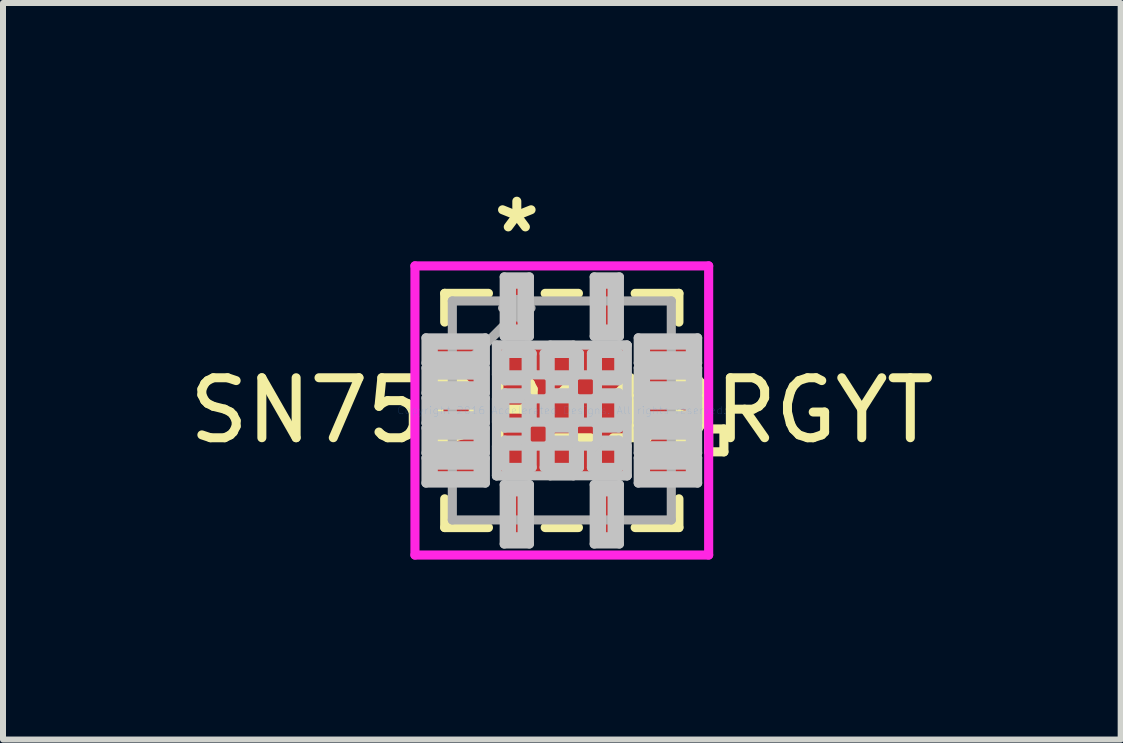
<source format=kicad_pcb>
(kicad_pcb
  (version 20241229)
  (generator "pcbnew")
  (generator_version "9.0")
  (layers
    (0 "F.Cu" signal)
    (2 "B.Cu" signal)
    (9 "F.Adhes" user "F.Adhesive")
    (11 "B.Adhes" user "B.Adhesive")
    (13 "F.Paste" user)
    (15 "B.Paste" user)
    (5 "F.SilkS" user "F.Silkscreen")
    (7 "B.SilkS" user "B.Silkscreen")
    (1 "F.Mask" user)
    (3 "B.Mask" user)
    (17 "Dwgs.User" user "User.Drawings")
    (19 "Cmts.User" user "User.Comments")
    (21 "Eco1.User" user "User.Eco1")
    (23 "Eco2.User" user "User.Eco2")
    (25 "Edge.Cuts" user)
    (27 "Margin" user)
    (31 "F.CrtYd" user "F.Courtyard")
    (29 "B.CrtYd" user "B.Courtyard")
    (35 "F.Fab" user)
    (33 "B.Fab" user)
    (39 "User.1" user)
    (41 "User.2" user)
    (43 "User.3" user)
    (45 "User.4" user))
  (footprint "SN75DP119RGYT"
    (layer "F.Cu")
    (at 6.315 3.792)
    (property "Reference" "SN75DP119RGYT" (at 0 0 0) (layer "F.SilkS") (effects (font (size 1 1) (thickness 0.15))))
    (attr through_hole)
    (fp_line (start -1.952 -1.952) (end -1.952 -1.473) (stroke (width 0.152) (type solid)) (layer "F.SilkS"))
    (fp_line (start -1.952 1.473) (end -1.952 1.952) (stroke (width 0.152) (type solid)) (layer "F.SilkS"))
    (fp_line (start -1.952 1.952) (end -1.223 1.952) (stroke (width 0.152) (type solid)) (layer "F.SilkS"))
    (fp_line (start -1.223 -1.952) (end -1.952 -1.952) (stroke (width 0.152) (type solid)) (layer "F.SilkS"))
    (fp_line (start -0.277 1.952) (end 0.277 1.952) (stroke (width 0.152) (type solid)) (layer "F.SilkS"))
    (fp_line (start 0.277 -1.952) (end -0.277 -1.952) (stroke (width 0.152) (type solid)) (layer "F.SilkS"))
    (fp_line (start 1.223 1.952) (end 1.952 1.952) (stroke (width 0.152) (type solid)) (layer "F.SilkS"))
    (fp_line (start 1.952 -1.952) (end 1.223 -1.952) (stroke (width 0.152) (type solid)) (layer "F.SilkS"))
    (fp_line (start 1.952 -1.473) (end 1.952 -1.952) (stroke (width 0.152) (type solid)) (layer "F.SilkS"))
    (fp_line (start 1.952 1.952) (end 1.952 1.473) (stroke (width 0.152) (type solid)) (layer "F.SilkS"))
    (fp_line (start 2.448 0.309) (end 2.702 0.309) (stroke (width 0.152) (type solid)) (layer "F.SilkS"))
    (fp_line (start 2.448 0.69) (end 2.448 0.309) (stroke (width 0.152) (type solid)) (layer "F.SilkS"))
    (fp_line (start 2.702 0.309) (end 2.702 0.69) (stroke (width 0.152) (type solid)) (layer "F.SilkS"))
    (fp_line (start 2.702 0.69) (end 2.448 0.69) (stroke (width 0.152) (type solid)) (layer "F.SilkS"))
    (fp_line (start -2.264 -1.21) (end -2.264 -0.79) (stroke (width 0.152) (type solid)) (layer "Dwgs.User"))
    (fp_line (start -2.264 -0.79) (end -1.274 -0.79) (stroke (width 0.152) (type solid)) (layer "Dwgs.User"))
    (fp_line (start -2.264 -0.71) (end -2.264 -0.29) (stroke (width 0.152) (type solid)) (layer "Dwgs.User"))
    (fp_line (start -2.264 -0.29) (end -1.274 -0.29) (stroke (width 0.152) (type solid)) (layer "Dwgs.User"))
    (fp_line (start -2.264 -0.21) (end -2.264 0.21) (stroke (width 0.152) (type solid)) (layer "Dwgs.User"))
    (fp_line (start -2.264 0.21) (end -1.274 0.21) (stroke (width 0.152) (type solid)) (layer "Dwgs.User"))
    (fp_line (start -2.264 0.29) (end -2.264 0.71) (stroke (width 0.152) (type solid)) (layer "Dwgs.User"))
    (fp_line (start -2.264 0.71) (end -1.274 0.71) (stroke (width 0.152) (type solid)) (layer "Dwgs.User"))
    (fp_line (start -2.264 0.79) (end -2.264 1.21) (stroke (width 0.152) (type solid)) (layer "Dwgs.User"))
    (fp_line (start -2.264 1.21) (end -1.274 1.21) (stroke (width 0.152) (type solid)) (layer "Dwgs.User"))
    (fp_line (start -2.143 -1.089) (end -2.143 -0.911) (stroke (width 0.152) (type solid)) (layer "Dwgs.User"))
    (fp_line (start -2.143 -0.911) (end -1.395 -0.911) (stroke (width 0.152) (type solid)) (layer "Dwgs.User"))
    (fp_line (start -2.143 -0.589) (end -2.143 -0.411) (stroke (width 0.152) (type solid)) (layer "Dwgs.User"))
    (fp_line (start -2.143 -0.411) (end -1.395 -0.411) (stroke (width 0.152) (type solid)) (layer "Dwgs.User"))
    (fp_line (start -2.143 -0.089) (end -2.143 0.089) (stroke (width 0.152) (type solid)) (layer "Dwgs.User"))
    (fp_line (start -2.143 0.089) (end -1.395 0.089) (stroke (width 0.152) (type solid)) (layer "Dwgs.User"))
    (fp_line (start -2.143 0.411) (end -2.143 0.589) (stroke (width 0.152) (type solid)) (layer "Dwgs.User"))
    (fp_line (start -2.143 0.589) (end -1.395 0.589) (stroke (width 0.152) (type solid)) (layer "Dwgs.User"))
    (fp_line (start -2.143 0.911) (end -2.143 1.089) (stroke (width 0.152) (type solid)) (layer "Dwgs.User"))
    (fp_line (start -2.143 1.089) (end -1.395 1.089) (stroke (width 0.152) (type solid)) (layer "Dwgs.User"))
    (fp_line (start -1.395 -1.089) (end -2.143 -1.089) (stroke (width 0.152) (type solid)) (layer "Dwgs.User"))
    (fp_line (start -1.395 -0.911) (end -1.395 -1.089) (stroke (width 0.152) (type solid)) (layer "Dwgs.User"))
    (fp_line (start -1.395 -0.589) (end -2.143 -0.589) (stroke (width 0.152) (type solid)) (layer "Dwgs.User"))
    (fp_line (start -1.395 -0.411) (end -1.395 -0.589) (stroke (width 0.152) (type solid)) (layer "Dwgs.User"))
    (fp_line (start -1.395 -0.089) (end -2.143 -0.089) (stroke (width 0.152) (type solid)) (layer "Dwgs.User"))
    (fp_line (start -1.395 0.089) (end -1.395 -0.089) (stroke (width 0.152) (type solid)) (layer "Dwgs.User"))
    (fp_line (start -1.395 0.411) (end -2.143 0.411) (stroke (width 0.152) (type solid)) (layer "Dwgs.User"))
    (fp_line (start -1.395 0.589) (end -1.395 0.411) (stroke (width 0.152) (type solid)) (layer "Dwgs.User"))
    (fp_line (start -1.395 0.911) (end -2.143 0.911) (stroke (width 0.152) (type solid)) (layer "Dwgs.User"))
    (fp_line (start -1.395 1.089) (end -1.395 0.911) (stroke (width 0.152) (type solid)) (layer "Dwgs.User"))
    (fp_line (start -1.274 -1.21) (end -2.264 -1.21) (stroke (width 0.152) (type solid)) (layer "Dwgs.User"))
    (fp_line (start -1.274 -0.79) (end -1.274 -1.21) (stroke (width 0.152) (type solid)) (layer "Dwgs.User"))
    (fp_line (start -1.274 -0.71) (end -2.264 -0.71) (stroke (width 0.152) (type solid)) (layer "Dwgs.User"))
    (fp_line (start -1.274 -0.29) (end -1.274 -0.71) (stroke (width 0.152) (type solid)) (layer "Dwgs.User"))
    (fp_line (start -1.274 -0.21) (end -2.264 -0.21) (stroke (width 0.152) (type solid)) (layer "Dwgs.User"))
    (fp_line (start -1.274 0.21) (end -1.274 -0.21) (stroke (width 0.152) (type solid)) (layer "Dwgs.User"))
    (fp_line (start -1.274 0.29) (end -2.264 0.29) (stroke (width 0.152) (type solid)) (layer "Dwgs.User"))
    (fp_line (start -1.274 0.71) (end -1.274 0.29) (stroke (width 0.152) (type solid)) (layer "Dwgs.User"))
    (fp_line (start -1.274 0.79) (end -2.264 0.79) (stroke (width 0.152) (type solid)) (layer "Dwgs.User"))
    (fp_line (start -1.274 1.21) (end -1.274 0.79) (stroke (width 0.152) (type solid)) (layer "Dwgs.User"))
    (fp_line (start -1.089 -1.089) (end -0.594 -1.089) (stroke (width 0.152) (type solid)) (layer "Dwgs.User"))
    (fp_line (start -1.089 -1.089) (end 1.089 -1.089) (stroke (width 0.152) (type solid)) (layer "Dwgs.User"))
    (fp_line (start -1.089 -0.594) (end -1.089 -1.089) (stroke (width 0.152) (type solid)) (layer "Dwgs.User"))
    (fp_line (start -1.089 -0.194) (end 1.089 -0.194) (stroke (width 0.152) (type solid)) (layer "Dwgs.User"))
    (fp_line (start -1.089 0.194) (end -1.089 -0.194) (stroke (width 0.152) (type solid)) (layer "Dwgs.User"))
    (fp_line (start -1.089 0.594) (end 1.089 0.594) (stroke (width 0.152) (type solid)) (layer "Dwgs.User"))
    (fp_line (start -1.089 1.089) (end -1.089 -1.089) (stroke (width 0.152) (type solid)) (layer "Dwgs.User"))
    (fp_line (start -1.089 1.089) (end -1.089 0.594) (stroke (width 0.152) (type solid)) (layer "Dwgs.User"))
    (fp_line (start -0.96 -2.226) (end -0.96 -1.236) (stroke (width 0.152) (type solid)) (layer "Dwgs.User"))
    (fp_line (start -0.96 -1.236) (end -0.54 -1.236) (stroke (width 0.152) (type solid)) (layer "Dwgs.User"))
    (fp_line (start -0.96 1.236) (end -0.96 2.226) (stroke (width 0.152) (type solid)) (layer "Dwgs.User"))
    (fp_line (start -0.96 2.226) (end -0.54 2.226) (stroke (width 0.152) (type solid)) (layer "Dwgs.User"))
    (fp_line (start -0.95 -0.95) (end -0.95 -0.494) (stroke (width 0.152) (type solid)) (layer "Dwgs.User"))
    (fp_line (start -0.95 -0.494) (end -0.635 -0.494) (stroke (width 0.152) (type solid)) (layer "Dwgs.User"))
    (fp_line (start -0.95 -0.294) (end -0.95 0.294) (stroke (width 0.152) (type solid)) (layer "Dwgs.User"))
    (fp_line (start -0.95 0.294) (end -0.635 0.294) (stroke (width 0.152) (type solid)) (layer "Dwgs.User"))
    (fp_line (start -0.95 0.494) (end -0.95 0.95) (stroke (width 0.152) (type solid)) (layer "Dwgs.User"))
    (fp_line (start -0.95 0.95) (end -0.494 0.95) (stroke (width 0.152) (type solid)) (layer "Dwgs.User"))
    (fp_line (start -0.839 -2.105) (end -0.839 -1.357) (stroke (width 0.152) (type solid)) (layer "Dwgs.User"))
    (fp_line (start -0.839 -1.357) (end -0.661 -1.357) (stroke (width 0.152) (type solid)) (layer "Dwgs.User"))
    (fp_line (start -0.839 1.357) (end -0.839 2.105) (stroke (width 0.152) (type solid)) (layer "Dwgs.User"))
    (fp_line (start -0.839 2.105) (end -0.661 2.105) (stroke (width 0.152) (type solid)) (layer "Dwgs.User"))
    (fp_line (start -0.661 -2.105) (end -0.839 -2.105) (stroke (width 0.152) (type solid)) (layer "Dwgs.User"))
    (fp_line (start -0.661 -1.357) (end -0.661 -2.105) (stroke (width 0.152) (type solid)) (layer "Dwgs.User"))
    (fp_line (start -0.661 1.357) (end -0.839 1.357) (stroke (width 0.152) (type solid)) (layer "Dwgs.User"))
    (fp_line (start -0.661 2.105) (end -0.661 1.357) (stroke (width 0.152) (type solid)) (layer "Dwgs.User"))
    (fp_line (start -0.635 -0.494) (end -0.635 -0.494) (stroke (width 0.152) (type solid)) (layer "Dwgs.User"))
    (fp_line (start -0.635 -0.494) (end -0.494 -0.635) (stroke (width 0.152) (type solid)) (layer "Dwgs.User"))
    (fp_line (start -0.635 -0.294) (end -0.95 -0.294) (stroke (width 0.152) (type solid)) (layer "Dwgs.User"))
    (fp_line (start -0.635 -0.294) (end -0.635 -0.294) (stroke (width 0.152) (type solid)) (layer "Dwgs.User"))
    (fp_line (start -0.635 0.294) (end -0.635 0.294) (stroke (width 0.152) (type solid)) (layer "Dwgs.User"))
    (fp_line (start -0.635 0.294) (end -0.494 0.152) (stroke (width 0.152) (type solid)) (layer "Dwgs.User"))
    (fp_line (start -0.635 0.494) (end -0.95 0.494) (stroke (width 0.152) (type solid)) (layer "Dwgs.User"))
    (fp_line (start -0.635 0.494) (end -0.635 0.494) (stroke (width 0.152) (type solid)) (layer "Dwgs.User"))
    (fp_line (start -0.594 -1.089) (end -0.594 1.089) (stroke (width 0.152) (type solid)) (layer "Dwgs.User"))
    (fp_line (start -0.594 1.089) (end -1.089 1.089) (stroke (width 0.152) (type solid)) (layer "Dwgs.User"))
    (fp_line (start -0.54 -2.226) (end -0.96 -2.226) (stroke (width 0.152) (type solid)) (layer "Dwgs.User"))
    (fp_line (start -0.54 -1.236) (end -0.54 -2.226) (stroke (width 0.152) (type solid)) (layer "Dwgs.User"))
    (fp_line (start -0.54 1.236) (end -0.96 1.236) (stroke (width 0.152) (type solid)) (layer "Dwgs.User"))
    (fp_line (start -0.54 2.226) (end -0.54 1.236) (stroke (width 0.152) (type solid)) (layer "Dwgs.User"))
    (fp_line (start -0.494 -0.95) (end -0.95 -0.95) (stroke (width 0.152) (type solid)) (layer "Dwgs.User"))
    (fp_line (start -0.494 -0.635) (end -0.494 -0.95) (stroke (width 0.152) (type solid)) (layer "Dwgs.User"))
    (fp_line (start -0.494 -0.635) (end -0.494 -0.635) (stroke (width 0.152) (type solid)) (layer "Dwgs.User"))
    (fp_line (start -0.494 -0.152) (end -0.635 -0.294) (stroke (width 0.152) (type solid)) (layer "Dwgs.User"))
    (fp_line (start -0.494 -0.152) (end -0.494 -0.152) (stroke (width 0.152) (type solid)) (layer "Dwgs.User"))
    (fp_line (start -0.494 0.152) (end -0.494 -0.152) (stroke (width 0.152) (type solid)) (layer "Dwgs.User"))
    (fp_line (start -0.494 0.152) (end -0.494 0.152) (stroke (width 0.152) (type solid)) (layer "Dwgs.User"))
    (fp_line (start -0.494 0.635) (end -0.635 0.494) (stroke (width 0.152) (type solid)) (layer "Dwgs.User"))
    (fp_line (start -0.494 0.635) (end -0.494 0.635) (stroke (width 0.152) (type solid)) (layer "Dwgs.User"))
    (fp_line (start -0.494 0.95) (end -0.494 0.635) (stroke (width 0.152) (type solid)) (layer "Dwgs.User"))
    (fp_line (start -0.294 -0.95) (end -0.294 -0.635) (stroke (width 0.152) (type solid)) (layer "Dwgs.User"))
    (fp_line (start -0.294 -0.635) (end -0.294 -0.635) (stroke (width 0.152) (type solid)) (layer "Dwgs.User"))
    (fp_line (start -0.294 -0.635) (end -0.152 -0.494) (stroke (width 0.152) (type solid)) (layer "Dwgs.User"))
    (fp_line (start -0.294 -0.152) (end -0.294 -0.152) (stroke (width 0.152) (type solid)) (layer "Dwgs.User"))
    (fp_line (start -0.294 -0.152) (end -0.294 0.152) (stroke (width 0.152) (type solid)) (layer "Dwgs.User"))
    (fp_line (start -0.294 0.152) (end -0.294 0.152) (stroke (width 0.152) (type solid)) (layer "Dwgs.User"))
    (fp_line (start -0.294 0.152) (end -0.152 0.294) (stroke (width 0.152) (type solid)) (layer "Dwgs.User"))
    (fp_line (start -0.294 0.635) (end -0.294 0.635) (stroke (width 0.152) (type solid)) (layer "Dwgs.User"))
    (fp_line (start -0.294 0.635) (end -0.294 0.95) (stroke (width 0.152) (type solid)) (layer "Dwgs.User"))
    (fp_line (start -0.294 0.95) (end 0.294 0.95) (stroke (width 0.152) (type solid)) (layer "Dwgs.User"))
    (fp_line (start -0.194 -1.089) (end -0.194 1.089) (stroke (width 0.152) (type solid)) (layer "Dwgs.User"))
    (fp_line (start -0.194 1.089) (end 0.194 1.089) (stroke (width 0.152) (type solid)) (layer "Dwgs.User"))
    (fp_line (start -0.152 -0.494) (end -0.152 -0.494) (stroke (width 0.152) (type solid)) (layer "Dwgs.User"))
    (fp_line (start -0.152 -0.494) (end 0.152 -0.494) (stroke (width 0.152) (type solid)) (layer "Dwgs.User"))
    (fp_line (start -0.152 -0.294) (end -0.294 -0.152) (stroke (width 0.152) (type solid)) (layer "Dwgs.User"))
    (fp_line (start -0.152 -0.294) (end -0.152 -0.294) (stroke (width 0.152) (type solid)) (layer "Dwgs.User"))
    (fp_line (start -0.152 0.294) (end -0.152 0.294) (stroke (width 0.152) (type solid)) (layer "Dwgs.User"))
    (fp_line (start -0.152 0.294) (end 0.152 0.294) (stroke (width 0.152) (type solid)) (layer "Dwgs.User"))
    (fp_line (start -0.152 0.494) (end -0.294 0.635) (stroke (width 0.152) (type solid)) (layer "Dwgs.User"))
    (fp_line (start -0.152 0.494) (end -0.152 0.494) (stroke (width 0.152) (type solid)) (layer "Dwgs.User"))
    (fp_line (start 0 -1.025) (end 0 -1.025) (stroke (width 0.152) (type solid)) (layer "Dwgs.User"))
    (fp_line (start 0 -1.025) (end 0 -1.025) (stroke (width 0.152) (type solid)) (layer "Dwgs.User"))
    (fp_line (start 0 -1.025) (end 0 -1.025) (stroke (width 0.152) (type solid)) (layer "Dwgs.User"))
    (fp_line (start 0 -1.025) (end 0 -1.025) (stroke (width 0.152) (type solid)) (layer "Dwgs.User"))
    (fp_line (start 0 -1.025) (end 0 -1.025) (stroke (width 0.152) (type solid)) (layer "Dwgs.User"))
    (fp_line (start 0 -1.025) (end 0 -1.025) (stroke (width 0.152) (type solid)) (layer "Dwgs.User"))
    (fp_line (start 0 -1.025) (end 0 -1.025) (stroke (width 0.152) (type solid)) (layer "Dwgs.User"))
    (fp_line (start 0 -1.025) (end 0 -1.025) (stroke (width 0.152) (type solid)) (layer "Dwgs.User"))
    (fp_line (start 0 -1.025) (end 0 -1.025) (stroke (width 0.152) (type solid)) (layer "Dwgs.User"))
    (fp_line (start 0 -1.025) (end 0 -1.025) (stroke (width 0.152) (type solid)) (layer "Dwgs.User"))
    (fp_line (start 0 -1.025) (end 0 -1.025) (stroke (width 0.152) (type solid)) (layer "Dwgs.User"))
    (fp_line (start 0 -1.025) (end 0 -1.025) (stroke (width 0.152) (type solid)) (layer "Dwgs.User"))
    (fp_line (start 0 -1.025) (end 0 -1.025) (stroke (width 0.152) (type solid)) (layer "Dwgs.User"))
    (fp_line (start 0 -1.025) (end 0 -1.025) (stroke (width 0.152) (type solid)) (layer "Dwgs.User"))
    (fp_line (start 0 -1.025) (end 0 -1.025) (stroke (width 0.152) (type solid)) (layer "Dwgs.User"))
    (fp_line (start 0 -1.025) (end 0 -1.025) (stroke (width 0.152) (type solid)) (layer "Dwgs.User"))
    (fp_line (start 0 -1.025) (end 0 -1.025) (stroke (width 0.152) (type solid)) (layer "Dwgs.User"))
    (fp_line (start 0 -1.025) (end 0 -1.025) (stroke (width 0.152) (type solid)) (layer "Dwgs.User"))
    (fp_line (start 0 -1.025) (end 0 -1.025) (stroke (width 0.152) (type solid)) (layer "Dwgs.User"))
    (fp_line (start 0 -1.025) (end 0 -1.025) (stroke (width 0.152) (type solid)) (layer "Dwgs.User"))
    (fp_line (start 0 -1.025) (end 0 -1.025) (stroke (width 0.152) (type solid)) (layer "Dwgs.User"))
    (fp_line (start 0 -1.025) (end 0 -1.025) (stroke (width 0.152) (type solid)) (layer "Dwgs.User"))
    (fp_line (start 0 -1.025) (end 0 -1.025) (stroke (width 0.152) (type solid)) (layer "Dwgs.User"))
    (fp_line (start 0 -1.025) (end 0 -1.025) (stroke (width 0.152) (type solid)) (layer "Dwgs.User"))
    (fp_line (start 0 1.025) (end 0 1.025) (stroke (width 0.152) (type solid)) (layer "Dwgs.User"))
    (fp_line (start 0 1.025) (end 0 1.025) (stroke (width 0.152) (type solid)) (layer "Dwgs.User"))
    (fp_line (start 0 1.025) (end 0 1.025) (stroke (width 0.152) (type solid)) (layer "Dwgs.User"))
    (fp_line (start 0 1.025) (end 0 1.025) (stroke (width 0.152) (type solid)) (layer "Dwgs.User"))
    (fp_line (start 0 1.025) (end 0 1.025) (stroke (width 0.152) (type solid)) (layer "Dwgs.User"))
    (fp_line (start 0 1.025) (end 0 1.025) (stroke (width 0.152) (type solid)) (layer "Dwgs.User"))
    (fp_line (start 0 1.025) (end 0 1.025) (stroke (width 0.152) (type solid)) (layer "Dwgs.User"))
    (fp_line (start 0 1.025) (end 0 1.025) (stroke (width 0.152) (type solid)) (layer "Dwgs.User"))
    (fp_line (start 0 1.025) (end 0 1.025) (stroke (width 0.152) (type solid)) (layer "Dwgs.User"))
    (fp_line (start 0 1.025) (end 0 1.025) (stroke (width 0.152) (type solid)) (layer "Dwgs.User"))
    (fp_line (start 0 1.025) (end 0 1.025) (stroke (width 0.152) (type solid)) (layer "Dwgs.User"))
    (fp_line (start 0 1.025) (end 0 1.025) (stroke (width 0.152) (type solid)) (layer "Dwgs.User"))
    (fp_line (start 0 1.025) (end 0 1.025) (stroke (width 0.152) (type solid)) (layer "Dwgs.User"))
    (fp_line (start 0 1.025) (end 0 1.025) (stroke (width 0.152) (type solid)) (layer "Dwgs.User"))
    (fp_line (start 0 1.025) (end 0 1.025) (stroke (width 0.152) (type solid)) (layer "Dwgs.User"))
    (fp_line (start 0 1.025) (end 0 1.025) (stroke (width 0.152) (type solid)) (layer "Dwgs.User"))
    (fp_line (start 0 1.025) (end 0 1.025) (stroke (width 0.152) (type solid)) (layer "Dwgs.User"))
    (fp_line (start 0 1.025) (end 0 1.025) (stroke (width 0.152) (type solid)) (layer "Dwgs.User"))
    (fp_line (start 0 1.025) (end 0 1.025) (stroke (width 0.152) (type solid)) (layer "Dwgs.User"))
    (fp_line (start 0 1.025) (end 0 1.025) (stroke (width 0.152) (type solid)) (layer "Dwgs.User"))
    (fp_line (start 0 1.025) (end 0 1.025) (stroke (width 0.152) (type solid)) (layer "Dwgs.User"))
    (fp_line (start 0 1.025) (end 0 1.025) (stroke (width 0.152) (type solid)) (layer "Dwgs.User"))
    (fp_line (start 0 1.025) (end 0 1.025) (stroke (width 0.152) (type solid)) (layer "Dwgs.User"))
    (fp_line (start 0 1.025) (end 0 1.025) (stroke (width 0.152) (type solid)) (layer "Dwgs.User"))
    (fp_line (start 0.152 -0.494) (end 0.152 -0.494) (stroke (width 0.152) (type solid)) (layer "Dwgs.User"))
    (fp_line (start 0.152 -0.494) (end 0.294 -0.635) (stroke (width 0.152) (type solid)) (layer "Dwgs.User"))
    (fp_line (start 0.152 -0.294) (end -0.152 -0.294) (stroke (width 0.152) (type solid)) (layer "Dwgs.User"))
    (fp_line (start 0.152 -0.294) (end 0.152 -0.294) (stroke (width 0.152) (type solid)) (layer "Dwgs.User"))
    (fp_line (start 0.152 0.294) (end 0.152 0.294) (stroke (width 0.152) (type solid)) (layer "Dwgs.User"))
    (fp_line (start 0.152 0.294) (end 0.294 0.152) (stroke (width 0.152) (type solid)) (layer "Dwgs.User"))
    (fp_line (start 0.152 0.494) (end -0.152 0.494) (stroke (width 0.152) (type solid)) (layer "Dwgs.User"))
    (fp_line (start 0.152 0.494) (end 0.152 0.494) (stroke (width 0.152) (type solid)) (layer "Dwgs.User"))
    (fp_line (start 0.194 -1.089) (end -0.194 -1.089) (stroke (width 0.152) (type solid)) (layer "Dwgs.User"))
    (fp_line (start 0.194 1.089) (end 0.194 -1.089) (stroke (width 0.152) (type solid)) (layer "Dwgs.User"))
    (fp_line (start 0.294 -0.95) (end -0.294 -0.95) (stroke (width 0.152) (type solid)) (layer "Dwgs.User"))
    (fp_line (start 0.294 -0.635) (end 0.294 -0.95) (stroke (width 0.152) (type solid)) (layer "Dwgs.User"))
    (fp_line (start 0.294 -0.635) (end 0.294 -0.635) (stroke (width 0.152) (type solid)) (layer "Dwgs.User"))
    (fp_line (start 0.294 -0.152) (end 0.152 -0.294) (stroke (width 0.152) (type solid)) (layer "Dwgs.User"))
    (fp_line (start 0.294 -0.152) (end 0.294 -0.152) (stroke (width 0.152) (type solid)) (layer "Dwgs.User"))
    (fp_line (start 0.294 0.152) (end 0.294 -0.152) (stroke (width 0.152) (type solid)) (layer "Dwgs.User"))
    (fp_line (start 0.294 0.152) (end 0.294 0.152) (stroke (width 0.152) (type solid)) (layer "Dwgs.User"))
    (fp_line (start 0.294 0.635) (end 0.152 0.494) (stroke (width 0.152) (type solid)) (layer "Dwgs.User"))
    (fp_line (start 0.294 0.635) (end 0.294 0.635) (stroke (width 0.152) (type solid)) (layer "Dwgs.User"))
    (fp_line (start 0.294 0.95) (end 0.294 0.635) (stroke (width 0.152) (type solid)) (layer "Dwgs.User"))
    (fp_line (start 0.494 -0.95) (end 0.494 -0.635) (stroke (width 0.152) (type solid)) (layer "Dwgs.User"))
    (fp_line (start 0.494 -0.635) (end 0.494 -0.635) (stroke (width 0.152) (type solid)) (layer "Dwgs.User"))
    (fp_line (start 0.494 -0.635) (end 0.635 -0.494) (stroke (width 0.152) (type solid)) (layer "Dwgs.User"))
    (fp_line (start 0.494 -0.152) (end 0.494 -0.152) (stroke (width 0.152) (type solid)) (layer "Dwgs.User"))
    (fp_line (start 0.494 -0.152) (end 0.494 0.152) (stroke (width 0.152) (type solid)) (layer "Dwgs.User"))
    (fp_line (start 0.494 0.152) (end 0.494 0.152) (stroke (width 0.152) (type solid)) (layer "Dwgs.User"))
    (fp_line (start 0.494 0.152) (end 0.635 0.294) (stroke (width 0.152) (type solid)) (layer "Dwgs.User"))
    (fp_line (start 0.494 0.635) (end 0.494 0.635) (stroke (width 0.152) (type solid)) (layer "Dwgs.User"))
    (fp_line (start 0.494 0.635) (end 0.494 0.95) (stroke (width 0.152) (type solid)) (layer "Dwgs.User"))
    (fp_line (start 0.494 0.95) (end 0.95 0.95) (stroke (width 0.152) (type solid)) (layer "Dwgs.User"))
    (fp_line (start 0.54 -2.226) (end 0.54 -1.236) (stroke (width 0.152) (type solid)) (layer "Dwgs.User"))
    (fp_line (start 0.54 -1.236) (end 0.96 -1.236) (stroke (width 0.152) (type solid)) (layer "Dwgs.User"))
    (fp_line (start 0.54 1.236) (end 0.54 2.226) (stroke (width 0.152) (type solid)) (layer "Dwgs.User"))
    (fp_line (start 0.54 2.226) (end 0.96 2.226) (stroke (width 0.152) (type solid)) (layer "Dwgs.User"))
    (fp_line (start 0.594 -1.089) (end 1.089 -1.089) (stroke (width 0.152) (type solid)) (layer "Dwgs.User"))
    (fp_line (start 0.594 1.089) (end 0.594 -1.089) (stroke (width 0.152) (type solid)) (layer "Dwgs.User"))
    (fp_line (start 0.635 -0.494) (end 0.635 -0.494) (stroke (width 0.152) (type solid)) (layer "Dwgs.User"))
    (fp_line (start 0.635 -0.494) (end 0.95 -0.494) (stroke (width 0.152) (type solid)) (layer "Dwgs.User"))
    (fp_line (start 0.635 -0.294) (end 0.494 -0.152) (stroke (width 0.152) (type solid)) (layer "Dwgs.User"))
    (fp_line (start 0.635 -0.294) (end 0.635 -0.294) (stroke (width 0.152) (type solid)) (layer "Dwgs.User"))
    (fp_line (start 0.635 0.294) (end 0.635 0.294) (stroke (width 0.152) (type solid)) (layer "Dwgs.User"))
    (fp_line (start 0.635 0.294) (end 0.95 0.294) (stroke (width 0.152) (type solid)) (layer "Dwgs.User"))
    (fp_line (start 0.635 0.494) (end 0.494 0.635) (stroke (width 0.152) (type solid)) (layer "Dwgs.User"))
    (fp_line (start 0.635 0.494) (end 0.635 0.494) (stroke (width 0.152) (type solid)) (layer "Dwgs.User"))
    (fp_line (start 0.661 -2.105) (end 0.661 -1.357) (stroke (width 0.152) (type solid)) (layer "Dwgs.User"))
    (fp_line (start 0.661 -1.357) (end 0.839 -1.357) (stroke (width 0.152) (type solid)) (layer "Dwgs.User"))
    (fp_line (start 0.661 1.357) (end 0.661 2.105) (stroke (width 0.152) (type solid)) (layer "Dwgs.User"))
    (fp_line (start 0.661 2.105) (end 0.839 2.105) (stroke (width 0.152) (type solid)) (layer "Dwgs.User"))
    (fp_line (start 0.839 -2.105) (end 0.661 -2.105) (stroke (width 0.152) (type solid)) (layer "Dwgs.User"))
    (fp_line (start 0.839 -1.357) (end 0.839 -2.105) (stroke (width 0.152) (type solid)) (layer "Dwgs.User"))
    (fp_line (start 0.839 1.357) (end 0.661 1.357) (stroke (width 0.152) (type solid)) (layer "Dwgs.User"))
    (fp_line (start 0.839 2.105) (end 0.839 1.357) (stroke (width 0.152) (type solid)) (layer "Dwgs.User"))
    (fp_line (start 0.95 -0.95) (end 0.494 -0.95) (stroke (width 0.152) (type solid)) (layer "Dwgs.User"))
    (fp_line (start 0.95 -0.494) (end 0.95 -0.95) (stroke (width 0.152) (type solid)) (layer "Dwgs.User"))
    (fp_line (start 0.95 -0.294) (end 0.635 -0.294) (stroke (width 0.152) (type solid)) (layer "Dwgs.User"))
    (fp_line (start 0.95 0.294) (end 0.95 -0.294) (stroke (width 0.152) (type solid)) (layer "Dwgs.User"))
    (fp_line (start 0.95 0.494) (end 0.635 0.494) (stroke (width 0.152) (type solid)) (layer "Dwgs.User"))
    (fp_line (start 0.95 0.95) (end 0.95 0.494) (stroke (width 0.152) (type solid)) (layer "Dwgs.User"))
    (fp_line (start 0.96 -2.226) (end 0.54 -2.226) (stroke (width 0.152) (type solid)) (layer "Dwgs.User"))
    (fp_line (start 0.96 -1.236) (end 0.96 -2.226) (stroke (width 0.152) (type solid)) (layer "Dwgs.User"))
    (fp_line (start 0.96 1.236) (end 0.54 1.236) (stroke (width 0.152) (type solid)) (layer "Dwgs.User"))
    (fp_line (start 0.96 2.226) (end 0.96 1.236) (stroke (width 0.152) (type solid)) (layer "Dwgs.User"))
    (fp_line (start 1.089 -1.089) (end 1.089 -0.594) (stroke (width 0.152) (type solid)) (layer "Dwgs.User"))
    (fp_line (start 1.089 -1.089) (end 1.089 1.089) (stroke (width 0.152) (type solid)) (layer "Dwgs.User"))
    (fp_line (start 1.089 -0.594) (end -1.089 -0.594) (stroke (width 0.152) (type solid)) (layer "Dwgs.User"))
    (fp_line (start 1.089 -0.194) (end 1.089 0.194) (stroke (width 0.152) (type solid)) (layer "Dwgs.User"))
    (fp_line (start 1.089 0.194) (end -1.089 0.194) (stroke (width 0.152) (type solid)) (layer "Dwgs.User"))
    (fp_line (start 1.089 0.594) (end 1.089 1.089) (stroke (width 0.152) (type solid)) (layer "Dwgs.User"))
    (fp_line (start 1.089 1.089) (end -1.089 1.089) (stroke (width 0.152) (type solid)) (layer "Dwgs.User"))
    (fp_line (start 1.089 1.089) (end 0.594 1.089) (stroke (width 0.152) (type solid)) (layer "Dwgs.User"))
    (fp_line (start 1.274 -1.21) (end 1.274 -0.79) (stroke (width 0.152) (type solid)) (layer "Dwgs.User"))
    (fp_line (start 1.274 -0.79) (end 2.264 -0.79) (stroke (width 0.152) (type solid)) (layer "Dwgs.User"))
    (fp_line (start 1.274 -0.71) (end 1.274 -0.29) (stroke (width 0.152) (type solid)) (layer "Dwgs.User"))
    (fp_line (start 1.274 -0.29) (end 2.264 -0.29) (stroke (width 0.152) (type solid)) (layer "Dwgs.User"))
    (fp_line (start 1.274 -0.21) (end 1.274 0.21) (stroke (width 0.152) (type solid)) (layer "Dwgs.User"))
    (fp_line (start 1.274 0.21) (end 2.264 0.21) (stroke (width 0.152) (type solid)) (layer "Dwgs.User"))
    (fp_line (start 1.274 0.29) (end 1.274 0.71) (stroke (width 0.152) (type solid)) (layer "Dwgs.User"))
    (fp_line (start 1.274 0.71) (end 2.264 0.71) (stroke (width 0.152) (type solid)) (layer "Dwgs.User"))
    (fp_line (start 1.274 0.79) (end 1.274 1.21) (stroke (width 0.152) (type solid)) (layer "Dwgs.User"))
    (fp_line (start 1.274 1.21) (end 2.264 1.21) (stroke (width 0.152) (type solid)) (layer "Dwgs.User"))
    (fp_line (start 1.395 -1.089) (end 1.395 -0.911) (stroke (width 0.152) (type solid)) (layer "Dwgs.User"))
    (fp_line (start 1.395 -0.911) (end 2.143 -0.911) (stroke (width 0.152) (type solid)) (layer "Dwgs.User"))
    (fp_line (start 1.395 -0.589) (end 1.395 -0.411) (stroke (width 0.152) (type solid)) (layer "Dwgs.User"))
    (fp_line (start 1.395 -0.411) (end 2.143 -0.411) (stroke (width 0.152) (type solid)) (layer "Dwgs.User"))
    (fp_line (start 1.395 -0.089) (end 1.395 0.089) (stroke (width 0.152) (type solid)) (layer "Dwgs.User"))
    (fp_line (start 1.395 0.089) (end 2.143 0.089) (stroke (width 0.152) (type solid)) (layer "Dwgs.User"))
    (fp_line (start 1.395 0.411) (end 1.395 0.589) (stroke (width 0.152) (type solid)) (layer "Dwgs.User"))
    (fp_line (start 1.395 0.589) (end 2.143 0.589) (stroke (width 0.152) (type solid)) (layer "Dwgs.User"))
    (fp_line (start 1.395 0.911) (end 1.395 1.089) (stroke (width 0.152) (type solid)) (layer "Dwgs.User"))
    (fp_line (start 1.395 1.089) (end 2.143 1.089) (stroke (width 0.152) (type solid)) (layer "Dwgs.User"))
    (fp_line (start 2.143 -1.089) (end 1.395 -1.089) (stroke (width 0.152) (type solid)) (layer "Dwgs.User"))
    (fp_line (start 2.143 -0.911) (end 2.143 -1.089) (stroke (width 0.152) (type solid)) (layer "Dwgs.User"))
    (fp_line (start 2.143 -0.589) (end 1.395 -0.589) (stroke (width 0.152) (type solid)) (layer "Dwgs.User"))
    (fp_line (start 2.143 -0.411) (end 2.143 -0.589) (stroke (width 0.152) (type solid)) (layer "Dwgs.User"))
    (fp_line (start 2.143 -0.089) (end 1.395 -0.089) (stroke (width 0.152) (type solid)) (layer "Dwgs.User"))
    (fp_line (start 2.143 0.089) (end 2.143 -0.089) (stroke (width 0.152) (type solid)) (layer "Dwgs.User"))
    (fp_line (start 2.143 0.411) (end 1.395 0.411) (stroke (width 0.152) (type solid)) (layer "Dwgs.User"))
    (fp_line (start 2.143 0.589) (end 2.143 0.411) (stroke (width 0.152) (type solid)) (layer "Dwgs.User"))
    (fp_line (start 2.143 0.911) (end 1.395 0.911) (stroke (width 0.152) (type solid)) (layer "Dwgs.User"))
    (fp_line (start 2.143 1.089) (end 2.143 0.911) (stroke (width 0.152) (type solid)) (layer "Dwgs.User"))
    (fp_line (start 2.264 -1.21) (end 1.274 -1.21) (stroke (width 0.152) (type solid)) (layer "Dwgs.User"))
    (fp_line (start 2.264 -0.79) (end 2.264 -1.21) (stroke (width 0.152) (type solid)) (layer "Dwgs.User"))
    (fp_line (start 2.264 -0.71) (end 1.274 -0.71) (stroke (width 0.152) (type solid)) (layer "Dwgs.User"))
    (fp_line (start 2.264 -0.29) (end 2.264 -0.71) (stroke (width 0.152) (type solid)) (layer "Dwgs.User"))
    (fp_line (start 2.264 -0.21) (end 1.274 -0.21) (stroke (width 0.152) (type solid)) (layer "Dwgs.User"))
    (fp_line (start 2.264 0.21) (end 2.264 -0.21) (stroke (width 0.152) (type solid)) (layer "Dwgs.User"))
    (fp_line (start 2.264 0.29) (end 1.274 0.29) (stroke (width 0.152) (type solid)) (layer "Dwgs.User"))
    (fp_line (start 2.264 0.71) (end 2.264 0.29) (stroke (width 0.152) (type solid)) (layer "Dwgs.User"))
    (fp_line (start 2.264 0.79) (end 1.274 0.79) (stroke (width 0.152) (type solid)) (layer "Dwgs.User"))
    (fp_line (start 2.264 1.21) (end 2.264 0.79) (stroke (width 0.152) (type solid)) (layer "Dwgs.User"))
    (fp_circle (center -0.394 -0.394) (end -0.203 -0.394) (stroke (width 0.152) (type solid)) (fill no) (layer "Eco1.User"))
    (fp_circle (center -0.394 0.394) (end -0.203 0.394) (stroke (width 0.152) (type solid)) (fill no) (layer "Eco1.User"))
    (fp_circle (center 0.394 -0.394) (end 0.584 -0.394) (stroke (width 0.152) (type solid)) (fill no) (layer "Eco1.User"))
    (fp_circle (center 0.394 0.394) (end 0.584 0.394) (stroke (width 0.152) (type solid)) (fill no) (layer "Eco1.User"))
    (fp_line (start -2.448 -2.41) (end 2.448 -2.41) (stroke (width 0.152) (type solid)) (layer "F.CrtYd"))
    (fp_line (start -2.448 2.41) (end -2.448 -2.41) (stroke (width 0.152) (type solid)) (layer "F.CrtYd"))
    (fp_line (start 2.448 -2.41) (end 2.448 2.41) (stroke (width 0.152) (type solid)) (layer "F.CrtYd"))
    (fp_line (start 2.448 2.41) (end -2.448 2.41) (stroke (width 0.152) (type solid)) (layer "F.CrtYd"))
    (fp_line (start -1.825 -1.825) (end -1.825 1.825) (stroke (width 0.152) (type solid)) (layer "F.Fab"))
    (fp_line (start -1.825 -0.555) (end -0.555 -1.825) (stroke (width 0.152) (type solid)) (layer "F.Fab"))
    (fp_line (start -1.825 1.825) (end 1.825 1.825) (stroke (width 0.152) (type solid)) (layer "F.Fab"))
    (fp_line (start 1.825 -1.825) (end -1.825 -1.825) (stroke (width 0.152) (type solid)) (layer "F.Fab"))
    (fp_line (start 1.825 1.825) (end 1.825 -1.825) (stroke (width 0.152) (type solid)) (layer "F.Fab"))
    (fp_text user "*" (at -0.75 -2.943 0) (layer "F.SilkS") (effects (font (size 1 1) (thickness 0.15))))
    (fp_text user "Copyright 2016 Accelerated Designs. All rights reserved." (at 0 0 0) (layer "Cmts.User") (effects (font (size 0.127 0.127) (thickness 0.002))))
    (fp_text user "*" (at -0.75 -1.306 0) (layer "F.Fab") (effects (font (size 1 1) (thickness 0.15))))
    (pad "1" smd rect (at -0.75 -1.731) (size 0.28 0.85) (layers "F.Cu" "F.Mask" "F.Paste"))
    (pad "2" smd rect (at -1.769 -1 90) (size 0.28 0.85) (layers "F.Cu" "F.Mask" "F.Paste"))
    (pad "3" smd rect (at -1.769 -0.5 90) (size 0.28 0.85) (layers "F.Cu" "F.Mask" "F.Paste"))
    (pad "4" smd rect (at -1.769 0 90) (size 0.28 0.85) (layers "F.Cu" "F.Mask" "F.Paste"))
    (pad "5" smd rect (at -1.769 0.5 90) (size 0.28 0.85) (layers "F.Cu" "F.Mask" "F.Paste"))
    (pad "6" smd rect (at -1.769 1 90) (size 0.28 0.85) (layers "F.Cu" "F.Mask" "F.Paste"))
    (pad "7" smd rect (at -0.75 1.731) (size 0.28 0.85) (layers "F.Cu" "F.Mask" "F.Paste"))
    (pad "8" smd rect (at 0.75 1.731) (size 0.28 0.85) (layers "F.Cu" "F.Mask" "F.Paste"))
    (pad "9" smd rect (at 1.769 1 90) (size 0.28 0.85) (layers "F.Cu" "F.Mask" "F.Paste"))
    (pad "10" smd rect (at 1.769 0.5 90) (size 0.28 0.85) (layers "F.Cu" "F.Mask" "F.Paste"))
    (pad "11" smd rect (at 1.769 0 90) (size 0.28 0.85) (layers "F.Cu" "F.Mask" "F.Paste"))
    (pad "12" smd rect (at 1.769 -0.5 90) (size 0.28 0.85) (layers "F.Cu" "F.Mask" "F.Paste"))
    (pad "13" smd rect (at 1.769 -1 90) (size 0.28 0.85) (layers "F.Cu" "F.Mask" "F.Paste"))
    (pad "14" smd rect (at 0.75 -1.731) (size 0.28 0.85) (layers "F.Cu" "F.Mask" "F.Paste"))
    (pad "15" smd rect (at 0 0) (size 2.05 2.05) (layers "F.Cu" "F.Mask" "F.Paste")))
  (gr_rect
    (start -3 -3)
    (end 15.631 9.278)
    (stroke (width 0.1) (type default))
    (fill no)
    (layer "Edge.Cuts")))
</source>
